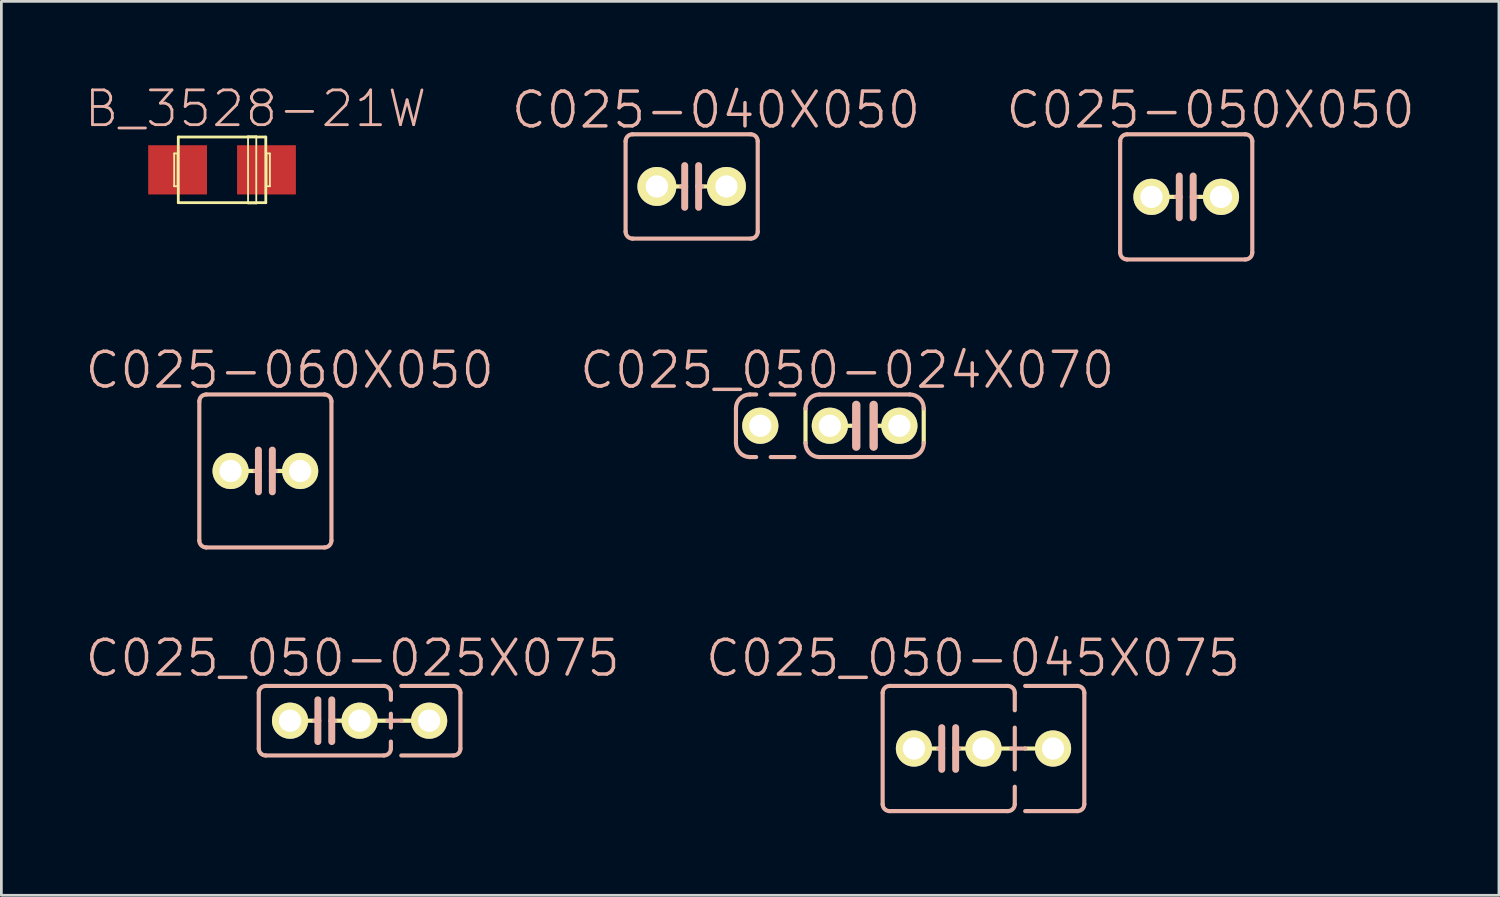
<source format=kicad_pcb>
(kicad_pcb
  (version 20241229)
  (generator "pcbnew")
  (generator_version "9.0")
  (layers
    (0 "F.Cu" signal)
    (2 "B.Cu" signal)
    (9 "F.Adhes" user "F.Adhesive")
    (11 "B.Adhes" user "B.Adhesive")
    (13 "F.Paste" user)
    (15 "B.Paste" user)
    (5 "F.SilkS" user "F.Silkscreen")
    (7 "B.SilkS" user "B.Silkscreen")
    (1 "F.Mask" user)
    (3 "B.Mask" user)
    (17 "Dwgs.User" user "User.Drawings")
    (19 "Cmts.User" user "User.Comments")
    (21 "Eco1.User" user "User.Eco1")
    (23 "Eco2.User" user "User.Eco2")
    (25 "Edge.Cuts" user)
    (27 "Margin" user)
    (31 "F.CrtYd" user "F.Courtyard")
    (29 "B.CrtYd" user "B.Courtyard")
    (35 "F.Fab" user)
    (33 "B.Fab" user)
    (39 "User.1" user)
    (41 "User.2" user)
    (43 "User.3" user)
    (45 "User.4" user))
  (footprint "C025-060X050"
    (layer "F.Cu")
    (at 6.643 14.152)
    (property "Reference" "C025-060X050" (at 0.889 -3.683 0) (layer "B.SilkS") (effects (font (size 1.27 1.27) (thickness 0.127))))
    (attr exclude_from_pos_files exclude_from_bom)
    (fp_line (start -0.381 0) (end -0.762 0) (stroke (width 0.152) (type solid)) (layer "F.SilkS"))
    (fp_line (start 0.762 0) (end 0.381 0) (stroke (width 0.152) (type solid)) (layer "F.SilkS"))
    (fp_line (start -2.413 -2.54) (end -2.413 2.54) (stroke (width 0.152) (type solid)) (layer "B.SilkS"))
    (fp_line (start -2.159 -2.794) (end 2.159 -2.794) (stroke (width 0.152) (type solid)) (layer "B.SilkS"))
    (fp_line (start -0.254 -0.762) (end -0.254 0) (stroke (width 0.254) (type solid)) (layer "B.SilkS"))
    (fp_line (start -0.254 0) (end -0.381 0) (stroke (width 0.152) (type solid)) (layer "B.SilkS"))
    (fp_line (start -0.254 0) (end -0.254 0.762) (stroke (width 0.254) (type solid)) (layer "B.SilkS"))
    (fp_line (start 0.254 0) (end 0.254 -0.762) (stroke (width 0.254) (type solid)) (layer "B.SilkS"))
    (fp_line (start 0.254 0) (end 0.254 0.762) (stroke (width 0.254) (type solid)) (layer "B.SilkS"))
    (fp_line (start 0.381 0) (end 0.254 0) (stroke (width 0.152) (type solid)) (layer "B.SilkS"))
    (fp_line (start 2.159 2.794) (end -2.159 2.794) (stroke (width 0.152) (type solid)) (layer "B.SilkS"))
    (fp_line (start 2.413 -2.54) (end 2.413 2.54) (stroke (width 0.152) (type solid)) (layer "B.SilkS"))
    (fp_arc (start -2.413 -2.54) (mid -2.338605 -2.719605) (end -2.159 -2.794) (stroke (width 0.1524) (type solid)) (layer "B.SilkS"))
    (fp_arc (start -2.159 2.794) (mid -2.338605 2.719605) (end -2.413 2.54) (stroke (width 0.1524) (type solid)) (layer "B.SilkS"))
    (fp_arc (start 2.159 -2.794) (mid 2.338605 -2.719605) (end 2.413 -2.54) (stroke (width 0.1524) (type solid)) (layer "B.SilkS"))
    (fp_arc (start 2.413 2.54) (mid 2.338605 2.719605) (end 2.159 2.794) (stroke (width 0.1524) (type solid)) (layer "B.SilkS"))
    (pad "1" thru_hole circle (at -1.27 0) (size 1.321 1.321) (drill 0.813) (layers "*.Cu" "F.Mask" "F.SilkS" "F.Paste"))
    (pad "2" thru_hole circle (at 1.27 0) (size 1.321 1.321) (drill 0.813) (layers "*.Cu" "F.Mask" "F.SilkS" "F.Paste")))
  (footprint "C025_050-024X070"
    (layer "F.Cu")
    (at 28.53 12.501)
    (property "Reference" "C025_050-024X070" (at -0.635 -2.032 0) (layer "B.SilkS") (effects (font (size 1.27 1.27) (thickness 0.127))))
    (attr exclude_from_pos_files exclude_from_bom)
    (fp_line (start -2.159 0.635) (end -2.159 -0.635) (stroke (width 0.152) (type solid)) (layer "F.SilkS"))
    (fp_line (start -1.27 0) (end -0.305 0) (stroke (width 0.152) (type solid)) (layer "F.SilkS"))
    (fp_line (start 1.27 0) (end 0.33 0) (stroke (width 0.152) (type solid)) (layer "F.SilkS"))
    (fp_line (start 2.159 0.635) (end 2.159 -0.635) (stroke (width 0.152) (type solid)) (layer "F.SilkS"))
    (fp_line (start -4.699 0.635) (end -4.699 -0.635) (stroke (width 0.152) (type solid)) (layer "B.SilkS"))
    (fp_line (start -4.191 -1.143) (end -3.962 -1.143) (stroke (width 0.152) (type solid)) (layer "B.SilkS"))
    (fp_line (start -4.191 1.143) (end -3.962 1.143) (stroke (width 0.152) (type solid)) (layer "B.SilkS"))
    (fp_line (start -3.429 -1.143) (end -2.565 -1.143) (stroke (width 0.152) (type solid)) (layer "B.SilkS"))
    (fp_line (start -3.429 1.143) (end -2.565 1.143) (stroke (width 0.152) (type solid)) (layer "B.SilkS"))
    (fp_line (start -0.305 -0.762) (end -0.305 0.762) (stroke (width 0.305) (type solid)) (layer "B.SilkS"))
    (fp_line (start 0.33 -0.762) (end 0.33 0.762) (stroke (width 0.305) (type solid)) (layer "B.SilkS"))
    (fp_line (start 1.651 -1.143) (end -1.651 -1.143) (stroke (width 0.152) (type solid)) (layer "B.SilkS"))
    (fp_line (start 1.651 1.143) (end -1.651 1.143) (stroke (width 0.152) (type solid)) (layer "B.SilkS"))
    (fp_arc (start -4.699 -0.635) (mid -4.55021 -0.99421) (end -4.191 -1.143) (stroke (width 0.1524) (type solid)) (layer "B.SilkS"))
    (fp_arc (start -4.191 1.143) (mid -4.55021 0.99421) (end -4.699 0.635) (stroke (width 0.1524) (type solid)) (layer "B.SilkS"))
    (fp_arc (start -2.159 -0.635) (mid -2.01021 -0.99421) (end -1.651 -1.143) (stroke (width 0.1524) (type solid)) (layer "B.SilkS"))
    (fp_arc (start -1.651 1.143) (mid -2.01021 0.99421) (end -2.159 0.635) (stroke (width 0.1524) (type solid)) (layer "B.SilkS"))
    (fp_arc (start 1.651 -1.143) (mid 2.01021 -0.99421) (end 2.159 -0.635) (stroke (width 0.1524) (type solid)) (layer "B.SilkS"))
    (fp_arc (start 2.159 0.635) (mid 2.01021 0.99421) (end 1.651 1.143) (stroke (width 0.1524) (type solid)) (layer "B.SilkS"))
    (pad "1" thru_hole circle (at -3.81 0) (size 1.321 1.321) (drill 0.813) (layers "*.Cu" "F.Mask" "F.SilkS" "F.Paste"))
    (pad "2" thru_hole circle (at -1.27 0) (size 1.321 1.321) (drill 0.813) (layers "*.Cu" "F.Mask" "F.SilkS" "F.Paste"))
    (pad "3" thru_hole circle (at 1.27 0) (size 1.321 1.321) (drill 0.813) (layers "*.Cu" "F.Mask" "F.SilkS" "F.Paste")))
  (footprint "C025-040X050"
    (layer "F.Cu")
    (at 22.213 3.76)
    (property "Reference" "C025-040X050" (at 0.889 -2.794 0) (layer "B.SilkS") (effects (font (size 1.27 1.27) (thickness 0.127))))
    (attr exclude_from_pos_files exclude_from_bom)
    (fp_line (start -0.381 0) (end -0.762 0) (stroke (width 0.152) (type solid)) (layer "F.SilkS"))
    (fp_line (start 0.762 0) (end 0.381 0) (stroke (width 0.152) (type solid)) (layer "F.SilkS"))
    (fp_line (start -2.413 -1.651) (end -2.413 1.651) (stroke (width 0.152) (type solid)) (layer "B.SilkS"))
    (fp_line (start -2.159 -1.905) (end 2.159 -1.905) (stroke (width 0.152) (type solid)) (layer "B.SilkS"))
    (fp_line (start -0.254 -0.762) (end -0.254 0) (stroke (width 0.254) (type solid)) (layer "B.SilkS"))
    (fp_line (start -0.254 0) (end -0.381 0) (stroke (width 0.152) (type solid)) (layer "B.SilkS"))
    (fp_line (start -0.254 0) (end -0.254 0.762) (stroke (width 0.254) (type solid)) (layer "B.SilkS"))
    (fp_line (start 0.254 0) (end 0.254 -0.762) (stroke (width 0.254) (type solid)) (layer "B.SilkS"))
    (fp_line (start 0.254 0) (end 0.254 0.762) (stroke (width 0.254) (type solid)) (layer "B.SilkS"))
    (fp_line (start 0.381 0) (end 0.254 0) (stroke (width 0.152) (type solid)) (layer "B.SilkS"))
    (fp_line (start 2.159 1.905) (end -2.159 1.905) (stroke (width 0.152) (type solid)) (layer "B.SilkS"))
    (fp_line (start 2.413 -1.651) (end 2.413 1.651) (stroke (width 0.152) (type solid)) (layer "B.SilkS"))
    (fp_arc (start -2.413 -1.651) (mid -2.338605 -1.830605) (end -2.159 -1.905) (stroke (width 0.1524) (type solid)) (layer "B.SilkS"))
    (fp_arc (start -2.159 1.905) (mid -2.338605 1.830605) (end -2.413 1.651) (stroke (width 0.1524) (type solid)) (layer "B.SilkS"))
    (fp_arc (start 2.159 -1.905) (mid 2.338605 -1.830605) (end 2.413 -1.651) (stroke (width 0.1524) (type solid)) (layer "B.SilkS"))
    (fp_arc (start 2.413 1.651) (mid 2.338605 1.830605) (end 2.159 1.905) (stroke (width 0.1524) (type solid)) (layer "B.SilkS"))
    (pad "1" thru_hole circle (at -1.27 0) (size 1.422 1.422) (drill 0.813) (layers "*.Cu" "F.Mask" "F.SilkS" "F.Paste"))
    (pad "2" thru_hole circle (at 1.27 0) (size 1.422 1.422) (drill 0.813) (layers "*.Cu" "F.Mask" "F.SilkS" "F.Paste")))
  (footprint "C025-050X050"
    (layer "F.Cu")
    (at 40.277 4.141)
    (property "Reference" "C025-050X050" (at 0.889 -3.175 0) (layer "B.SilkS") (effects (font (size 1.27 1.27) (thickness 0.127))))
    (attr exclude_from_pos_files exclude_from_bom)
    (fp_line (start -0.381 0) (end -0.762 0) (stroke (width 0.152) (type solid)) (layer "F.SilkS"))
    (fp_line (start 0.762 0) (end 0.381 0) (stroke (width 0.152) (type solid)) (layer "F.SilkS"))
    (fp_line (start -2.413 -2.032) (end -2.413 2.032) (stroke (width 0.152) (type solid)) (layer "B.SilkS"))
    (fp_line (start -2.159 -2.286) (end 2.159 -2.286) (stroke (width 0.152) (type solid)) (layer "B.SilkS"))
    (fp_line (start -0.254 -0.762) (end -0.254 0) (stroke (width 0.254) (type solid)) (layer "B.SilkS"))
    (fp_line (start -0.254 0) (end -0.381 0) (stroke (width 0.152) (type solid)) (layer "B.SilkS"))
    (fp_line (start -0.254 0) (end -0.254 0.762) (stroke (width 0.254) (type solid)) (layer "B.SilkS"))
    (fp_line (start 0.254 0) (end 0.254 -0.762) (stroke (width 0.254) (type solid)) (layer "B.SilkS"))
    (fp_line (start 0.254 0) (end 0.254 0.762) (stroke (width 0.254) (type solid)) (layer "B.SilkS"))
    (fp_line (start 0.381 0) (end 0.254 0) (stroke (width 0.152) (type solid)) (layer "B.SilkS"))
    (fp_line (start 2.159 2.286) (end -2.159 2.286) (stroke (width 0.152) (type solid)) (layer "B.SilkS"))
    (fp_line (start 2.413 -2.032) (end 2.413 2.032) (stroke (width 0.152) (type solid)) (layer "B.SilkS"))
    (fp_arc (start -2.413 -2.032) (mid -2.338605 -2.211605) (end -2.159 -2.286) (stroke (width 0.1524) (type solid)) (layer "B.SilkS"))
    (fp_arc (start -2.159 2.286) (mid -2.338605 2.211605) (end -2.413 2.032) (stroke (width 0.1524) (type solid)) (layer "B.SilkS"))
    (fp_arc (start 2.159 -2.286) (mid 2.338605 -2.211605) (end 2.413 -2.032) (stroke (width 0.1524) (type solid)) (layer "B.SilkS"))
    (fp_arc (start 2.413 2.032) (mid 2.338605 2.211605) (end 2.159 2.286) (stroke (width 0.1524) (type solid)) (layer "B.SilkS"))
    (pad "1" thru_hole circle (at -1.27 0) (size 1.321 1.321) (drill 0.813) (layers "*.Cu" "F.Mask" "F.SilkS" "F.Paste"))
    (pad "2" thru_hole circle (at 1.27 0) (size 1.321 1.321) (drill 0.813) (layers "*.Cu" "F.Mask" "F.SilkS" "F.Paste")))
  (footprint "C025_050-045X075"
    (layer "F.Cu")
    (at 31.602 24.29)
    (property "Reference" "C025_050-045X075" (at 0.889 -3.302 0) (layer "B.SilkS") (effects (font (size 1.27 1.27) (thickness 0.127))))
    (attr exclude_from_pos_files exclude_from_bom)
    (fp_line (start -0.381 0) (end -0.762 0) (stroke (width 0.152) (type solid)) (layer "F.SilkS"))
    (fp_line (start 0.381 0) (end 0.762 0) (stroke (width 0.152) (type solid)) (layer "F.SilkS"))
    (fp_line (start 2.286 0) (end 1.778 0) (stroke (width 0.152) (type solid)) (layer "F.SilkS"))
    (fp_line (start 2.794 0) (end 3.302 0) (stroke (width 0.152) (type solid)) (layer "F.SilkS"))
    (fp_line (start -2.413 -2.032) (end -2.413 2.032) (stroke (width 0.152) (type solid)) (layer "B.SilkS"))
    (fp_line (start -2.159 -2.286) (end 2.159 -2.286) (stroke (width 0.152) (type solid)) (layer "B.SilkS"))
    (fp_line (start -0.254 -0.762) (end -0.254 0) (stroke (width 0.254) (type solid)) (layer "B.SilkS"))
    (fp_line (start -0.254 0) (end -0.381 0) (stroke (width 0.152) (type solid)) (layer "B.SilkS"))
    (fp_line (start -0.254 0) (end -0.254 0.762) (stroke (width 0.254) (type solid)) (layer "B.SilkS"))
    (fp_line (start 0.254 0) (end 0.254 -0.762) (stroke (width 0.254) (type solid)) (layer "B.SilkS"))
    (fp_line (start 0.254 0) (end 0.254 0.762) (stroke (width 0.254) (type solid)) (layer "B.SilkS"))
    (fp_line (start 0.381 0) (end 0.254 0) (stroke (width 0.152) (type solid)) (layer "B.SilkS"))
    (fp_line (start 2.159 2.286) (end -2.159 2.286) (stroke (width 0.152) (type solid)) (layer "B.SilkS"))
    (fp_line (start 2.286 0) (end 2.794 0) (stroke (width 0.152) (type solid)) (layer "B.SilkS"))
    (fp_line (start 2.413 -2.032) (end 2.413 -1.397) (stroke (width 0.152) (type solid)) (layer "B.SilkS"))
    (fp_line (start 2.413 -0.762) (end 2.413 0.762) (stroke (width 0.152) (type solid)) (layer "B.SilkS"))
    (fp_line (start 2.413 1.397) (end 2.413 2.032) (stroke (width 0.152) (type solid)) (layer "B.SilkS"))
    (fp_line (start 2.794 -2.286) (end 4.699 -2.286) (stroke (width 0.152) (type solid)) (layer "B.SilkS"))
    (fp_line (start 4.699 2.286) (end 2.794 2.286) (stroke (width 0.152) (type solid)) (layer "B.SilkS"))
    (fp_line (start 4.953 -2.032) (end 4.953 2.032) (stroke (width 0.152) (type solid)) (layer "B.SilkS"))
    (fp_arc (start -2.413 -2.032) (mid -2.338605 -2.211605) (end -2.159 -2.286) (stroke (width 0.1524) (type solid)) (layer "B.SilkS"))
    (fp_arc (start -2.159 2.286) (mid -2.338605 2.211605) (end -2.413 2.032) (stroke (width 0.1524) (type solid)) (layer "B.SilkS"))
    (fp_arc (start 2.159 -2.286) (mid 2.338605 -2.211605) (end 2.413 -2.032) (stroke (width 0.1524) (type solid)) (layer "B.SilkS"))
    (fp_arc (start 2.413 2.032) (mid 2.338605 2.211605) (end 2.159 2.286) (stroke (width 0.1524) (type solid)) (layer "B.SilkS"))
    (fp_arc (start 4.699 -2.286) (mid 4.878605 -2.211605) (end 4.953 -2.032) (stroke (width 0.1524) (type solid)) (layer "B.SilkS"))
    (fp_arc (start 4.953 2.032) (mid 4.878605 2.211605) (end 4.699 2.286) (stroke (width 0.1524) (type solid)) (layer "B.SilkS"))
    (pad "1" thru_hole circle (at -1.27 0) (size 1.321 1.321) (drill 0.813) (layers "*.Cu" "F.Mask" "F.SilkS" "F.Paste"))
    (pad "2" thru_hole circle (at 1.27 0) (size 1.321 1.321) (drill 0.813) (layers "*.Cu" "F.Mask" "F.SilkS" "F.Paste"))
    (pad "3" thru_hole circle (at 3.81 0) (size 1.321 1.321) (drill 0.813) (layers "*.Cu" "F.Mask" "F.SilkS" "F.Paste")))
  (footprint "B_3528-21W"
    (layer "F.Cu")
    (at 5.06 3.154)
    (property "Reference" "B_3528-21W" (at 1.224 -2.233 0) (layer "B.SilkS") (effects (font (size 1.27 1.27) (thickness 0.102))))
    (attr smd)
    (fp_line (start -1.748 -0.599) (end -1.623 -0.599) (stroke (width 0.066) (type solid)) (layer "F.SilkS"))
    (fp_line (start -1.748 0.599) (end -1.748 -0.599) (stroke (width 0.066) (type solid)) (layer "F.SilkS"))
    (fp_line (start -1.748 0.599) (end -1.623 0.599) (stroke (width 0.066) (type solid)) (layer "F.SilkS"))
    (fp_line (start -1.623 0.599) (end -1.623 -0.599) (stroke (width 0.066) (type solid)) (layer "F.SilkS"))
    (fp_line (start -1.598 -1.199) (end 1.598 -1.199) (stroke (width 0.102) (type solid)) (layer "F.SilkS"))
    (fp_line (start -1.598 1.199) (end -1.598 -1.199) (stroke (width 0.102) (type solid)) (layer "F.SilkS"))
    (fp_line (start 0.95 -1.224) (end 1.25 -1.224) (stroke (width 0.066) (type solid)) (layer "F.SilkS"))
    (fp_line (start 0.95 1.224) (end 0.95 -1.224) (stroke (width 0.066) (type solid)) (layer "F.SilkS"))
    (fp_line (start 0.95 1.224) (end 1.25 1.224) (stroke (width 0.066) (type solid)) (layer "F.SilkS"))
    (fp_line (start 1.25 1.224) (end 1.25 -1.224) (stroke (width 0.066) (type solid)) (layer "F.SilkS"))
    (fp_line (start 1.598 -1.199) (end 1.598 1.199) (stroke (width 0.102) (type solid)) (layer "F.SilkS"))
    (fp_line (start 1.598 1.199) (end -1.598 1.199) (stroke (width 0.102) (type solid)) (layer "F.SilkS"))
    (fp_line (start 1.623 -0.599) (end 1.748 -0.599) (stroke (width 0.066) (type solid)) (layer "F.SilkS"))
    (fp_line (start 1.623 0.599) (end 1.623 -0.599) (stroke (width 0.066) (type solid)) (layer "F.SilkS"))
    (fp_line (start 1.623 0.599) (end 1.748 0.599) (stroke (width 0.066) (type solid)) (layer "F.SilkS"))
    (fp_line (start 1.748 0.599) (end 1.748 -0.599) (stroke (width 0.066) (type solid)) (layer "F.SilkS"))
    (pad "+" smd rect (at 1.623 0) (size 2.149 1.798) (layers "F.Cu" "F.Mask" "F.Paste"))
    (pad "-" smd rect (at -1.623 0) (size 2.149 1.798) (layers "F.Cu" "F.Mask" "F.Paste")))
  (footprint "C025_050-025X075"
    (layer "F.Cu")
    (at 8.814 23.274)
    (property "Reference" "C025_050-025X075" (at 1.016 -2.286 0) (layer "B.SilkS") (effects (font (size 1.27 1.27) (thickness 0.127))))
    (attr exclude_from_pos_files exclude_from_bom)
    (fp_line (start -0.381 0) (end -0.762 0) (stroke (width 0.152) (type solid)) (layer "F.SilkS"))
    (fp_line (start 0.762 0) (end 0.381 0) (stroke (width 0.152) (type solid)) (layer "F.SilkS"))
    (fp_line (start 1.778 0) (end 2.286 0) (stroke (width 0.152) (type solid)) (layer "F.SilkS"))
    (fp_line (start 2.794 0) (end 3.302 0) (stroke (width 0.152) (type solid)) (layer "F.SilkS"))
    (fp_line (start -2.413 -1.016) (end -2.413 1.016) (stroke (width 0.152) (type solid)) (layer "B.SilkS"))
    (fp_line (start -2.159 -1.27) (end 2.159 -1.27) (stroke (width 0.152) (type solid)) (layer "B.SilkS"))
    (fp_line (start -0.254 -0.762) (end -0.254 0) (stroke (width 0.254) (type solid)) (layer "B.SilkS"))
    (fp_line (start -0.254 0) (end -0.381 0) (stroke (width 0.152) (type solid)) (layer "B.SilkS"))
    (fp_line (start -0.254 0) (end -0.254 0.762) (stroke (width 0.254) (type solid)) (layer "B.SilkS"))
    (fp_line (start 0.254 0) (end 0.254 -0.762) (stroke (width 0.254) (type solid)) (layer "B.SilkS"))
    (fp_line (start 0.254 0) (end 0.254 0.762) (stroke (width 0.254) (type solid)) (layer "B.SilkS"))
    (fp_line (start 0.381 0) (end 0.254 0) (stroke (width 0.152) (type solid)) (layer "B.SilkS"))
    (fp_line (start 2.159 1.27) (end -2.159 1.27) (stroke (width 0.152) (type solid)) (layer "B.SilkS"))
    (fp_line (start 2.286 0) (end 2.794 0) (stroke (width 0.152) (type solid)) (layer "B.SilkS"))
    (fp_line (start 2.413 -1.016) (end 2.413 -0.762) (stroke (width 0.152) (type solid)) (layer "B.SilkS"))
    (fp_line (start 2.413 -0.254) (end 2.413 0.254) (stroke (width 0.152) (type solid)) (layer "B.SilkS"))
    (fp_line (start 2.413 0.762) (end 2.413 1.016) (stroke (width 0.152) (type solid)) (layer "B.SilkS"))
    (fp_line (start 2.794 -1.27) (end 4.699 -1.27) (stroke (width 0.152) (type solid)) (layer "B.SilkS"))
    (fp_line (start 4.699 1.27) (end 2.794 1.27) (stroke (width 0.152) (type solid)) (layer "B.SilkS"))
    (fp_line (start 4.953 -1.016) (end 4.953 1.016) (stroke (width 0.152) (type solid)) (layer "B.SilkS"))
    (fp_arc (start -2.413 -1.016) (mid -2.338605 -1.195605) (end -2.159 -1.27) (stroke (width 0.1524) (type solid)) (layer "B.SilkS"))
    (fp_arc (start -2.159 1.27) (mid -2.338605 1.195605) (end -2.413 1.016) (stroke (width 0.1524) (type solid)) (layer "B.SilkS"))
    (fp_arc (start 2.159 -1.27) (mid 2.338605 -1.195605) (end 2.413 -1.016) (stroke (width 0.1524) (type solid)) (layer "B.SilkS"))
    (fp_arc (start 2.413 1.016) (mid 2.338605 1.195605) (end 2.159 1.27) (stroke (width 0.1524) (type solid)) (layer "B.SilkS"))
    (fp_arc (start 4.699 -1.27) (mid 4.878605 -1.195605) (end 4.953 -1.016) (stroke (width 0.1524) (type solid)) (layer "B.SilkS"))
    (fp_arc (start 4.953 1.016) (mid 4.878605 1.195605) (end 4.699 1.27) (stroke (width 0.1524) (type solid)) (layer "B.SilkS"))
    (pad "1" thru_hole circle (at -1.27 0) (size 1.321 1.321) (drill 0.813) (layers "*.Cu" "F.Mask" "F.SilkS" "F.Paste"))
    (pad "2" thru_hole circle (at 1.27 0) (size 1.321 1.321) (drill 0.813) (layers "*.Cu" "F.Mask" "F.SilkS" "F.Paste"))
    (pad "3" thru_hole circle (at 3.81 0) (size 1.321 1.321) (drill 0.813) (layers "*.Cu" "F.Mask" "F.SilkS" "F.Paste")))
  (gr_rect
    (start -3 -3)
    (end 51.699 29.652)
    (stroke (width 0.1) (type default))
    (fill no)
    (layer "Edge.Cuts")))
</source>
